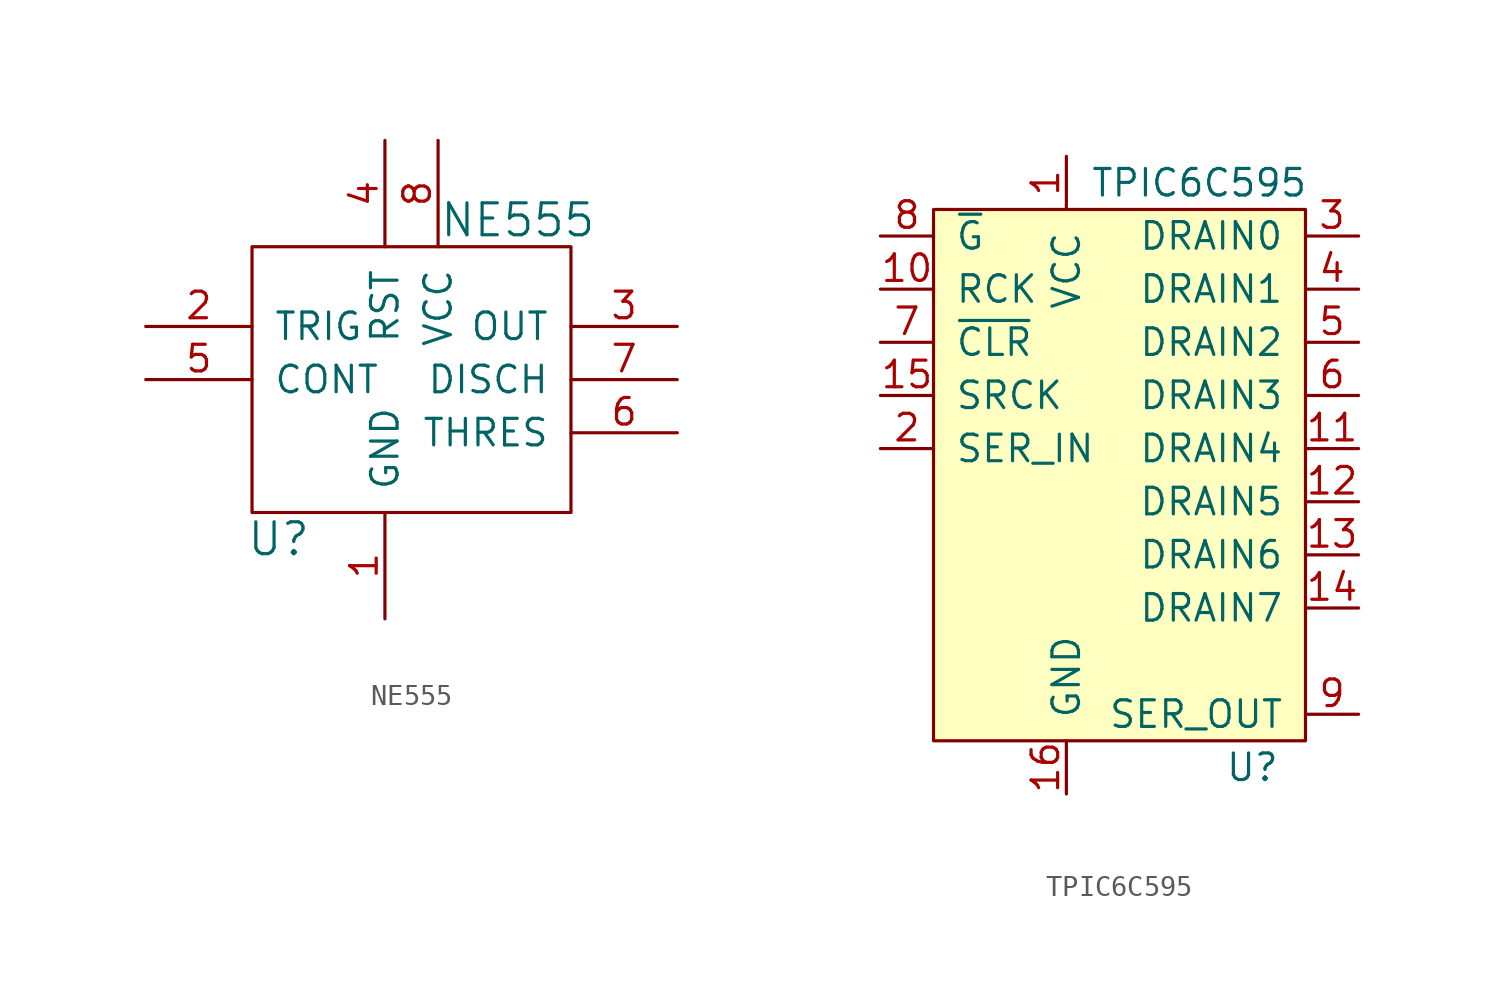
<source format=kicad_sym>
(kicad_symbol_lib
  (version 20220914)
  (generator kicad_symbol_editor)
  (symbol "NE555"
    (pin_names
      (offset 1.016))
    (property "Reference" "U"
      (at -6.35 -7.62 0)
      (effects (font (size 1.524 1.524))))
    (property "Value" "NE555"
      (at 5.08 7.62 0)
      (effects (font (size 1.524 1.524))))
    (property "Footprint" ""
      (at -1.27 0 0)
      (effects (font (size 1.524 1.524))))
    (property "Datasheet" ""
      (at -1.27 0 0)
      (effects (font (size 1.524 1.524))))
    (symbol "NE555_0_1"
      (rectangle (start -7.62 6.35) (end 7.62 -6.35) (stroke (width 0) (type solid)) (fill (type none))))
    (symbol "NE555_1_1"
      (pin power_in line (at -1.27 -11.43 90) (length 5.08) (name "GND" (effects (font (size 1.27 1.27)))) (number "1" (effects (font (size 1.27 1.27)))))
      (pin input line (at -12.7 2.54 0) (length 5.08) (name "TRIG" (effects (font (size 1.27 1.27)))) (number "2" (effects (font (size 1.27 1.27)))))
      (pin output line (at 12.7 2.54 180) (length 5.08) (name "OUT" (effects (font (size 1.27 1.27)))) (number "3" (effects (font (size 1.27 1.27)))))
      (pin input line (at -1.27 11.43 270) (length 5.08) (name "RST" (effects (font (size 1.27 1.27)))) (number "4" (effects (font (size 1.27 1.27)))))
      (pin input line (at -12.7 0 0) (length 5.08) (name "CONT" (effects (font (size 1.27 1.27)))) (number "5" (effects (font (size 1.27 1.27)))))
      (pin input line (at 12.7 -2.54 180) (length 5.08) (name "THRES" (effects (font (size 1.27 1.27)))) (number "6" (effects (font (size 1.27 1.27)))))
      (pin input line (at 12.7 0 180) (length 5.08) (name "DISCH" (effects (font (size 1.27 1.27)))) (number "7" (effects (font (size 1.27 1.27)))))
      (pin power_in line (at 1.27 11.43 270) (length 5.08) (name "VCC" (effects (font (size 1.27 1.27)))) (number "8" (effects (font (size 1.27 1.27)))))))
  (symbol "TPIC6C595"
    (pin_names
      (offset 1.016))
    (property "Reference" "U"
      (at 6.35 -13.97 0)
      (effects (font (size 1.27 1.27))))
    (property "Value" "TPIC6C595"
      (at 3.81 13.97 0)
      (effects (font (size 1.27 1.27))))
    (symbol "TPIC6C595_0_1"
      (rectangle (start -8.89 12.7) (end 8.89 -12.7) (stroke (width 0) (type solid)) (fill (type background))))
    (symbol "TPIC6C595_1_1"
      (pin power_in line (at -2.54 15.24 270) (length 2.54) (name "VCC" (effects (font (size 1.27 1.27)))) (number "1" (effects (font (size 1.27 1.27)))))
      (pin input line (at -11.43 8.89 0) (length 2.54) (name "RCK" (effects (font (size 1.27 1.27)))) (number "10" (effects (font (size 1.27 1.27)))))
      (pin open_collector line (at 11.43 1.27 180) (length 2.54) (name "DRAIN4" (effects (font (size 1.27 1.27)))) (number "11" (effects (font (size 1.27 1.27)))))
      (pin open_collector line (at 11.43 -1.27 180) (length 2.54) (name "DRAIN5" (effects (font (size 1.27 1.27)))) (number "12" (effects (font (size 1.27 1.27)))))
      (pin open_collector line (at 11.43 -3.81 180) (length 2.54) (name "DRAIN6" (effects (font (size 1.27 1.27)))) (number "13" (effects (font (size 1.27 1.27)))))
      (pin open_collector line (at 11.43 -6.35 180) (length 2.54) (name "DRAIN7" (effects (font (size 1.27 1.27)))) (number "14" (effects (font (size 1.27 1.27)))))
      (pin input line (at -11.43 3.81 0) (length 2.54) (name "SRCK" (effects (font (size 1.27 1.27)))) (number "15" (effects (font (size 1.27 1.27)))))
      (pin power_in line (at -2.54 -15.24 90) (length 2.54) (name "GND" (effects (font (size 1.27 1.27)))) (number "16" (effects (font (size 1.27 1.27)))))
      (pin input line (at -11.43 1.27 0) (length 2.54) (name "SER_IN" (effects (font (size 1.27 1.27)))) (number "2" (effects (font (size 1.27 1.27)))))
      (pin open_collector line (at 11.43 11.43 180) (length 2.54) (name "DRAIN0" (effects (font (size 1.27 1.27)))) (number "3" (effects (font (size 1.27 1.27)))))
      (pin open_collector line (at 11.43 8.89 180) (length 2.54) (name "DRAIN1" (effects (font (size 1.27 1.27)))) (number "4" (effects (font (size 1.27 1.27)))))
      (pin open_collector line (at 11.43 6.35 180) (length 2.54) (name "DRAIN2" (effects (font (size 1.27 1.27)))) (number "5" (effects (font (size 1.27 1.27)))))
      (pin open_collector line (at 11.43 3.81 180) (length 2.54) (name "DRAIN3" (effects (font (size 1.27 1.27)))) (number "6" (effects (font (size 1.27 1.27)))))
      (pin input line (at -11.43 6.35 0) (length 2.54) (name "~{CLR}" (effects (font (size 1.27 1.27)))) (number "7" (effects (font (size 1.27 1.27)))))
      (pin input line (at -11.43 11.43 0) (length 2.54) (name "~{G}" (effects (font (size 1.27 1.27)))) (number "8" (effects (font (size 1.27 1.27)))))
      (pin output line (at 11.43 -11.43 180) (length 2.54) (name "SER_OUT" (effects (font (size 1.27 1.27)))) (number "9" (effects (font (size 1.27 1.27))))))))
</source>
